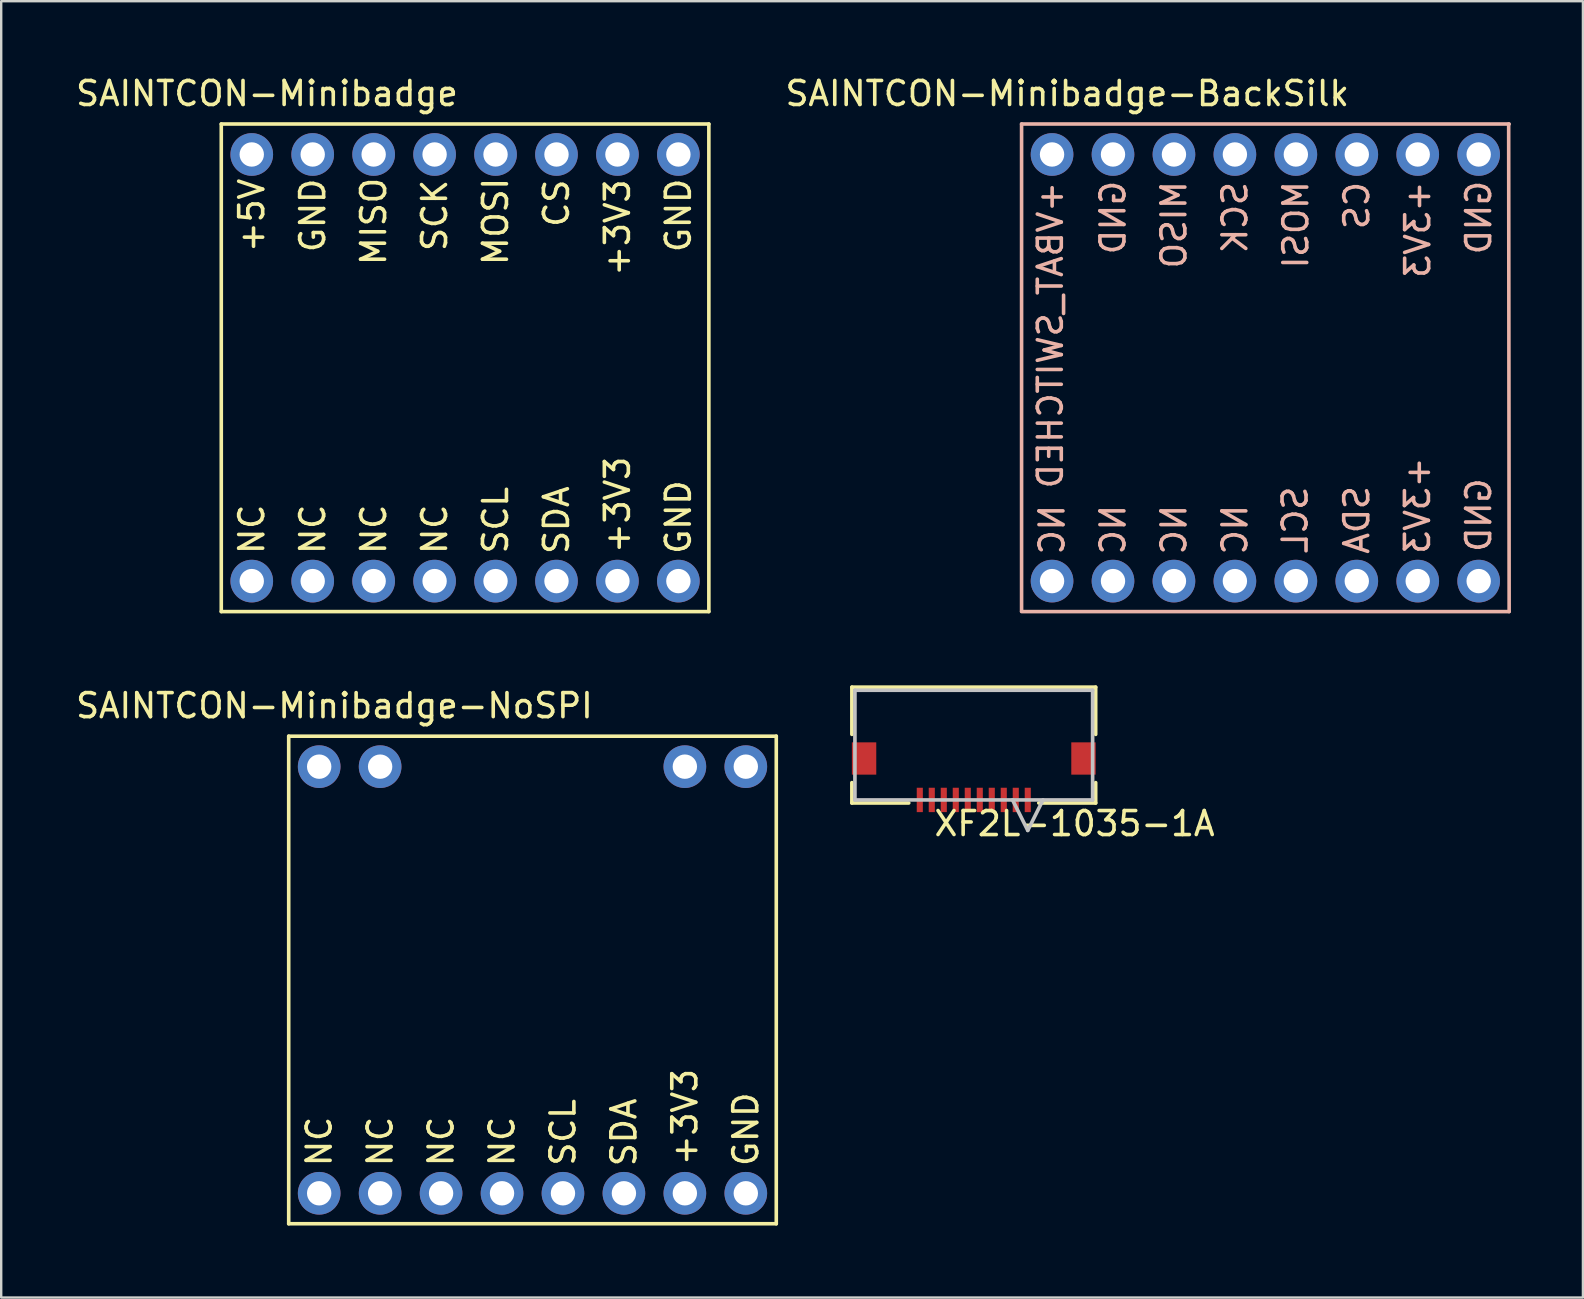
<source format=kicad_pcb>
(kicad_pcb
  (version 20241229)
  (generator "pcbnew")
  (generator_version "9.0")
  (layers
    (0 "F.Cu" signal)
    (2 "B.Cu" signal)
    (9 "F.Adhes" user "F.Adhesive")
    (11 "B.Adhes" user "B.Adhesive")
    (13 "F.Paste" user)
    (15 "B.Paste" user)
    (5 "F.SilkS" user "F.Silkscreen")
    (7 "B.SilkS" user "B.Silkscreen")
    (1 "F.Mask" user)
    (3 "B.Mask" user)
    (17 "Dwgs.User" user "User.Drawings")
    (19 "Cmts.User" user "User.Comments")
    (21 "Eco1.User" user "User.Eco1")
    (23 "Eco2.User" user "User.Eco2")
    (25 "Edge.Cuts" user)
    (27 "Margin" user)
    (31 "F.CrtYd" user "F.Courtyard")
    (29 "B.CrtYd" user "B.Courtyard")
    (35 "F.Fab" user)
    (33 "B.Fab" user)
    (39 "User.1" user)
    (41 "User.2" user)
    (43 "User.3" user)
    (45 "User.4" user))
  (footprint "SAINTCON-Minibadge"
    (layer "F.Cu")
    (at 6.172 2.118)
    (property "Reference" "SAINTCON-Minibadge" (at 1.905 -1.27 0) (layer "F.SilkS") (effects (font (size 1 1) (thickness 0.15))))
    (attr through_hole)
    (fp_line (start 0 0) (end 0 20.32) (stroke (width 0.15) (type solid)) (layer "F.SilkS"))
    (fp_line (start 0 20.32) (end 20.32 20.32) (stroke (width 0.15) (type solid)) (layer "F.SilkS"))
    (fp_line (start 20.32 0) (end 0 0) (stroke (width 0.15) (type solid)) (layer "F.SilkS"))
    (fp_line (start 20.32 20.32) (end 20.32 0) (stroke (width 0.15) (type solid)) (layer "F.SilkS"))
    (fp_text user "NC" (at 1.27 16.891 90) (layer "F.SilkS") (effects (font (size 1 1) (thickness 0.15))))
    (fp_text user "CS" (at 13.97 3.302 90) (layer "F.SilkS") (effects (font (size 1 1) (thickness 0.15))))
    (fp_text user "+5V" (at 1.27 3.81 90) (layer "F.SilkS") (effects (font (size 1 1) (thickness 0.15))))
    (fp_text user "GND" (at 19.05 3.81 90) (layer "F.SilkS") (effects (font (size 1 1) (thickness 0.15))))
    (fp_text user "NC" (at 3.81 16.891 90) (layer "F.SilkS") (effects (font (size 1 1) (thickness 0.15))))
    (fp_text user "+3V3" (at 16.51 15.875 90) (layer "F.SilkS") (effects (font (size 1 1) (thickness 0.15))))
    (fp_text user "MOSI" (at 11.43 4.064 90) (layer "F.SilkS") (effects (font (size 1 1) (thickness 0.15))))
    (fp_text user "MISO" (at 6.35 4.064 90) (layer "F.SilkS") (effects (font (size 1 1) (thickness 0.15))))
    (fp_text user "NC" (at 6.35 16.891 90) (layer "F.SilkS") (effects (font (size 1 1) (thickness 0.15))))
    (fp_text user "GND" (at 3.81 3.81 90) (layer "F.SilkS") (effects (font (size 1 1) (thickness 0.15))))
    (fp_text user "GND" (at 19.05 16.383 90) (layer "F.SilkS") (effects (font (size 1 1) (thickness 0.15))))
    (fp_text user "SCL" (at 11.43 16.51 90) (layer "F.SilkS") (effects (font (size 1 1) (thickness 0.15))))
    (fp_text user "SCK" (at 8.89 3.81 90) (layer "F.SilkS") (effects (font (size 1 1) (thickness 0.15))))
    (fp_text user "SDA" (at 13.97 16.51 90) (layer "F.SilkS") (effects (font (size 1 1) (thickness 0.15))))
    (fp_text user "+3V3" (at 16.51 4.318 90) (layer "F.SilkS") (effects (font (size 1 1) (thickness 0.15))))
    (fp_text user "NC" (at 8.89 16.891 90) (layer "F.SilkS") (effects (font (size 1 1) (thickness 0.15))))
    (pad "1" thru_hole circle (at 1.27 1.27 90) (size 1.778 1.778) (drill 1.016) (layers "*.Cu" "*.Mask"))
    (pad "2" thru_hole circle (at 3.81 1.27 90) (size 1.778 1.778) (drill 1.016) (layers "*.Cu" "*.Mask"))
    (pad "3" thru_hole circle (at 6.35 1.27 90) (size 1.778 1.778) (drill 1.016) (layers "*.Cu" "*.Mask"))
    (pad "4" thru_hole circle (at 8.89 1.27 90) (size 1.778 1.778) (drill 1.016) (layers "*.Cu" "*.Mask"))
    (pad "5" thru_hole circle (at 11.43 1.27 90) (size 1.778 1.778) (drill 1.016) (layers "*.Cu" "*.Mask"))
    (pad "6" thru_hole circle (at 13.97 1.27 90) (size 1.778 1.778) (drill 1.016) (layers "*.Cu" "*.Mask"))
    (pad "7" thru_hole circle (at 16.51 1.27 90) (size 1.778 1.778) (drill 1.016) (layers "*.Cu" "*.Mask"))
    (pad "8" thru_hole circle (at 19.05 1.27 90) (size 1.778 1.778) (drill 1.016) (layers "*.Cu" "*.Mask"))
    (pad "9" thru_hole circle (at 1.27 19.05 90) (size 1.778 1.778) (drill 1.016) (layers "*.Cu" "*.Mask"))
    (pad "10" thru_hole circle (at 3.81 19.05 90) (size 1.778 1.778) (drill 1.016) (layers "*.Cu" "*.Mask"))
    (pad "11" thru_hole circle (at 6.35 19.05 90) (size 1.778 1.778) (drill 1.016) (layers "*.Cu" "*.Mask"))
    (pad "12" thru_hole circle (at 8.89 19.05 90) (size 1.778 1.778) (drill 1.016) (layers "*.Cu" "*.Mask"))
    (pad "13" thru_hole circle (at 11.43 19.05 90) (size 1.778 1.778) (drill 1.016) (layers "*.Cu" "*.Mask"))
    (pad "14" thru_hole circle (at 13.97 19.05 90) (size 1.778 1.778) (drill 1.016) (layers "*.Cu" "*.Mask"))
    (pad "15" thru_hole circle (at 16.51 19.05 90) (size 1.778 1.778) (drill 1.016) (layers "*.Cu" "*.Mask"))
    (pad "16" thru_hole circle (at 19.05 19.05 90) (size 1.778 1.778) (drill 1.016) (layers "*.Cu" "*.Mask")))
  (footprint "SAINTCON-Minibadge-BackSilk"
    (layer "F.Cu")
    (at 39.525 2.118)
    (property "Reference" "SAINTCON-Minibadge-BackSilk" (at 1.905 -1.27 0) (layer "F.SilkS") (effects (font (size 1 1) (thickness 0.15))))
    (attr through_hole)
    (fp_line (start 0 0) (end 0 20.3) (stroke (width 0.15) (type solid)) (layer "B.SilkS"))
    (fp_line (start 0 20.32) (end 20.32 20.32) (stroke (width 0.15) (type solid)) (layer "B.SilkS"))
    (fp_line (start 20.32 0) (end 0 0) (stroke (width 0.15) (type solid)) (layer "B.SilkS"))
    (fp_line (start 20.32 20.32) (end 20.3 0) (stroke (width 0.15) (type solid)) (layer "B.SilkS"))
    (fp_text user "SDA" (at 13.97 16.5 270) (layer "B.SilkS") (effects (font (size 1 1) (thickness 0.15)) (justify mirror)))
    (fp_text user "SCL" (at 11.4 16.5 270) (layer "B.SilkS") (effects (font (size 1 1) (thickness 0.15)) (justify mirror)))
    (fp_text user "NC" (at 6.35 16.909 270) (layer "B.SilkS") (effects (font (size 1 1) (thickness 0.15)) (justify mirror)))
    (fp_text user "NC" (at 8.89 16.909 270) (layer "B.SilkS") (effects (font (size 1 1) (thickness 0.15)) (justify mirror)))
    (fp_text user "CS" (at 13.97 3.4 270) (layer "B.SilkS") (effects (font (size 1 1) (thickness 0.15)) (justify mirror)))
    (fp_text user "+VBAT_SWITCHED" (at 1.2 8.8 270) (layer "B.SilkS") (effects (font (size 1 1) (thickness 0.15)) (justify mirror)))
    (fp_text user "MISO" (at 6.35 4.2 270) (layer "B.SilkS") (effects (font (size 1 1) (thickness 0.15)) (justify mirror)))
    (fp_text user "NC" (at 3.81 16.909 270) (layer "B.SilkS") (effects (font (size 1 1) (thickness 0.15)) (justify mirror)))
    (fp_text user "MOSI" (at 11.43 4.2 270) (layer "B.SilkS") (effects (font (size 1 1) (thickness 0.15)) (justify mirror)))
    (fp_text user "GND" (at 19.05 16.3 270) (layer "B.SilkS") (effects (font (size 1 1) (thickness 0.15)) (justify mirror)))
    (fp_text user "SCK" (at 8.89 3.9 270) (layer "B.SilkS") (effects (font (size 1 1) (thickness 0.15)) (justify mirror)))
    (fp_text user "GND" (at 19.05 3.9 270) (layer "B.SilkS") (effects (font (size 1 1) (thickness 0.15)) (justify mirror)))
    (fp_text user "+3V3" (at 16.5 15.9 270) (layer "B.SilkS") (effects (font (size 1 1) (thickness 0.15)) (justify mirror)))
    (fp_text user "GND" (at 3.81 3.9 270) (layer "B.SilkS") (effects (font (size 1 1) (thickness 0.15)) (justify mirror)))
    (fp_text user "+3V3" (at 16.51 4.4 270) (layer "B.SilkS") (effects (font (size 1 1) (thickness 0.15)) (justify mirror)))
    (fp_text user "NC" (at 1.27 16.909 270) (layer "B.SilkS") (effects (font (size 1 1) (thickness 0.15)) (justify mirror)))
    (pad "1" thru_hole circle (at 1.27 1.27 90) (size 1.778 1.778) (drill 1.016) (layers "*.Cu" "*.Mask"))
    (pad "2" thru_hole circle (at 3.81 1.27 90) (size 1.778 1.778) (drill 1.016) (layers "*.Cu" "*.Mask"))
    (pad "3" thru_hole circle (at 6.35 1.27 90) (size 1.778 1.778) (drill 1.016) (layers "*.Cu" "*.Mask"))
    (pad "4" thru_hole circle (at 8.89 1.27 90) (size 1.778 1.778) (drill 1.016) (layers "*.Cu" "*.Mask"))
    (pad "5" thru_hole circle (at 11.43 1.27 90) (size 1.778 1.778) (drill 1.016) (layers "*.Cu" "*.Mask"))
    (pad "6" thru_hole circle (at 13.97 1.27 90) (size 1.778 1.778) (drill 1.016) (layers "*.Cu" "*.Mask"))
    (pad "7" thru_hole circle (at 16.51 1.27 90) (size 1.778 1.778) (drill 1.016) (layers "*.Cu" "*.Mask"))
    (pad "8" thru_hole circle (at 19.05 1.27 90) (size 1.778 1.778) (drill 1.016) (layers "*.Cu" "*.Mask"))
    (pad "9" thru_hole circle (at 1.27 19.05 90) (size 1.778 1.778) (drill 1.016) (layers "*.Cu" "*.Mask"))
    (pad "10" thru_hole circle (at 3.81 19.05 90) (size 1.778 1.778) (drill 1.016) (layers "*.Cu" "*.Mask"))
    (pad "11" thru_hole circle (at 6.35 19.05 90) (size 1.778 1.778) (drill 1.016) (layers "*.Cu" "*.Mask"))
    (pad "12" thru_hole circle (at 8.89 19.05 90) (size 1.778 1.778) (drill 1.016) (layers "*.Cu" "*.Mask"))
    (pad "13" thru_hole circle (at 11.43 19.05 90) (size 1.778 1.778) (drill 1.016) (layers "*.Cu" "*.Mask"))
    (pad "14" thru_hole circle (at 13.97 19.05 90) (size 1.778 1.778) (drill 1.016) (layers "*.Cu" "*.Mask"))
    (pad "15" thru_hole circle (at 16.51 19.05 90) (size 1.778 1.778) (drill 1.016) (layers "*.Cu" "*.Mask"))
    (pad "16" thru_hole circle (at 19.05 19.05 90) (size 1.778 1.778) (drill 1.016) (layers "*.Cu" "*.Mask")))
  (footprint "XF2L-1035-1A"
    (layer "F.Cu")
    (at 37.533 27.874)
    (property "Reference" "XF2L-1035-1A" (at 4.2 3.4 0) (layer "F.SilkS") (effects (font (size 1 1) (thickness 0.15))))
    (attr through_hole)
    (fp_line (start -5.08 -2.285) (end -5.08 -0.319) (stroke (width 0.152) (type solid)) (layer "F.SilkS"))
    (fp_line (start -5.08 1.693) (end -5.08 2.541) (stroke (width 0.152) (type solid)) (layer "F.SilkS"))
    (fp_line (start -5.08 2.541) (end -2.71 2.541) (stroke (width 0.152) (type solid)) (layer "F.SilkS"))
    (fp_line (start 2.71 2.541) (end 5.08 2.541) (stroke (width 0.152) (type solid)) (layer "F.SilkS"))
    (fp_line (start 5.08 -2.285) (end -5.08 -2.285) (stroke (width 0.152) (type solid)) (layer "F.SilkS"))
    (fp_line (start 5.08 -0.319) (end 5.08 -2.285) (stroke (width 0.152) (type solid)) (layer "F.SilkS"))
    (fp_line (start 5.08 2.541) (end 5.08 1.693) (stroke (width 0.152) (type solid)) (layer "F.SilkS"))
    (fp_line (start -4.953 -2.158) (end -4.953 2.414) (stroke (width 0.152) (type solid)) (layer "Dwgs.User"))
    (fp_line (start -4.953 2.414) (end 4.953 2.414) (stroke (width 0.152) (type solid)) (layer "Dwgs.User"))
    (fp_line (start 1.615 2.414) (end 2.25 3.684) (stroke (width 0.152) (type solid)) (layer "Dwgs.User"))
    (fp_line (start 2.885 2.414) (end 2.25 3.684) (stroke (width 0.152) (type solid)) (layer "Dwgs.User"))
    (fp_line (start 4.953 -2.158) (end -4.953 -2.158) (stroke (width 0.152) (type solid)) (layer "Dwgs.User"))
    (fp_line (start 4.953 2.414) (end 4.953 -2.158) (stroke (width 0.152) (type solid)) (layer "Dwgs.User"))
    (pad "1" smd rect (at 2.25 2.414 90) (size 1.016 0.254) (layers "F.Cu" "F.Mask" "F.Paste"))
    (pad "2" smd rect (at 1.75 2.414 90) (size 1.016 0.254) (layers "F.Cu" "F.Mask" "F.Paste"))
    (pad "3" smd rect (at 1.25 2.414 90) (size 1.016 0.254) (layers "F.Cu" "F.Mask" "F.Paste"))
    (pad "4" smd rect (at 0.75 2.414 90) (size 1.016 0.254) (layers "F.Cu" "F.Mask" "F.Paste"))
    (pad "5" smd rect (at 0.25 2.414 90) (size 1.016 0.254) (layers "F.Cu" "F.Mask" "F.Paste"))
    (pad "6" smd rect (at -0.25 2.414 90) (size 1.016 0.254) (layers "F.Cu" "F.Mask" "F.Paste"))
    (pad "7" smd rect (at -0.75 2.414 90) (size 1.016 0.254) (layers "F.Cu" "F.Mask" "F.Paste"))
    (pad "8" smd rect (at -1.25 2.414 90) (size 1.016 0.254) (layers "F.Cu" "F.Mask" "F.Paste"))
    (pad "9" smd rect (at -1.75 2.414 90) (size 1.016 0.254) (layers "F.Cu" "F.Mask" "F.Paste"))
    (pad "10" smd rect (at -2.25 2.414 90) (size 1.016 0.254) (layers "F.Cu" "F.Mask" "F.Paste"))
    (pad "11" smd rect (at -4.572 0.687) (size 1.016 1.346) (layers "F.Cu" "F.Mask" "F.Paste"))
    (pad "12" smd rect (at 4.572 0.687) (size 1.016 1.346) (layers "F.Cu" "F.Mask" "F.Paste")))
  (footprint "SAINTCON-Minibadge-NoSPI"
    (layer "F.Cu")
    (at 8.982 27.631)
    (property "Reference" "SAINTCON-Minibadge-NoSPI" (at 1.905 -1.27 0) (layer "F.SilkS") (effects (font (size 1 1) (thickness 0.15))))
    (attr through_hole)
    (fp_line (start 0 0) (end 0 20.32) (stroke (width 0.15) (type solid)) (layer "F.SilkS"))
    (fp_line (start 0 20.32) (end 20.32 20.32) (stroke (width 0.15) (type solid)) (layer "F.SilkS"))
    (fp_line (start 20.32 0) (end 0 0) (stroke (width 0.15) (type solid)) (layer "F.SilkS"))
    (fp_line (start 20.32 20.32) (end 20.32 0) (stroke (width 0.15) (type solid)) (layer "F.SilkS"))
    (fp_text user "NC" (at 3.81 16.891 90) (layer "F.SilkS") (effects (font (size 1 1) (thickness 0.15))))
    (fp_text user "SCL" (at 11.43 16.51 90) (layer "F.SilkS") (effects (font (size 1 1) (thickness 0.15))))
    (fp_text user "NC" (at 1.27 16.891 90) (layer "F.SilkS") (effects (font (size 1 1) (thickness 0.15))))
    (fp_text user "+3V3" (at 16.51 15.875 90) (layer "F.SilkS") (effects (font (size 1 1) (thickness 0.15))))
    (fp_text user "SDA" (at 13.97 16.51 90) (layer "F.SilkS") (effects (font (size 1 1) (thickness 0.15))))
    (fp_text user "GND" (at 19.05 16.383 90) (layer "F.SilkS") (effects (font (size 1 1) (thickness 0.15))))
    (fp_text user "NC" (at 6.35 16.891 90) (layer "F.SilkS") (effects (font (size 1 1) (thickness 0.15))))
    (fp_text user "NC" (at 8.89 16.891 90) (layer "F.SilkS") (effects (font (size 1 1) (thickness 0.15))))
    (pad "1" thru_hole circle (at 1.27 1.27 90) (size 1.778 1.778) (drill 1.016) (layers "*.Cu" "*.Mask"))
    (pad "2" thru_hole circle (at 3.81 1.27 90) (size 1.778 1.778) (drill 1.016) (layers "*.Cu" "*.Mask"))
    (pad "7" thru_hole circle (at 16.51 1.27 90) (size 1.778 1.778) (drill 1.016) (layers "*.Cu" "*.Mask"))
    (pad "8" thru_hole circle (at 19.05 1.27 90) (size 1.778 1.778) (drill 1.016) (layers "*.Cu" "*.Mask"))
    (pad "9" thru_hole circle (at 1.27 19.05 90) (size 1.778 1.778) (drill 1.016) (layers "*.Cu" "*.Mask"))
    (pad "10" thru_hole circle (at 3.81 19.05 90) (size 1.778 1.778) (drill 1.016) (layers "*.Cu" "*.Mask"))
    (pad "11" thru_hole circle (at 6.35 19.05 90) (size 1.778 1.778) (drill 1.016) (layers "*.Cu" "*.Mask"))
    (pad "12" thru_hole circle (at 8.89 19.05 90) (size 1.778 1.778) (drill 1.016) (layers "*.Cu" "*.Mask"))
    (pad "13" thru_hole circle (at 11.43 19.05 90) (size 1.778 1.778) (drill 1.016) (layers "*.Cu" "*.Mask"))
    (pad "14" thru_hole circle (at 13.97 19.05 90) (size 1.778 1.778) (drill 1.016) (layers "*.Cu" "*.Mask"))
    (pad "15" thru_hole circle (at 16.51 19.05 90) (size 1.778 1.778) (drill 1.016) (layers "*.Cu" "*.Mask"))
    (pad "16" thru_hole circle (at 19.05 19.05 90) (size 1.778 1.778) (drill 1.016) (layers "*.Cu" "*.Mask")))
  (gr_rect
    (start -3 -3)
    (end 62.92 51.026)
    (stroke (width 0.1) (type default))
    (fill no)
    (layer "Edge.Cuts")))
</source>
